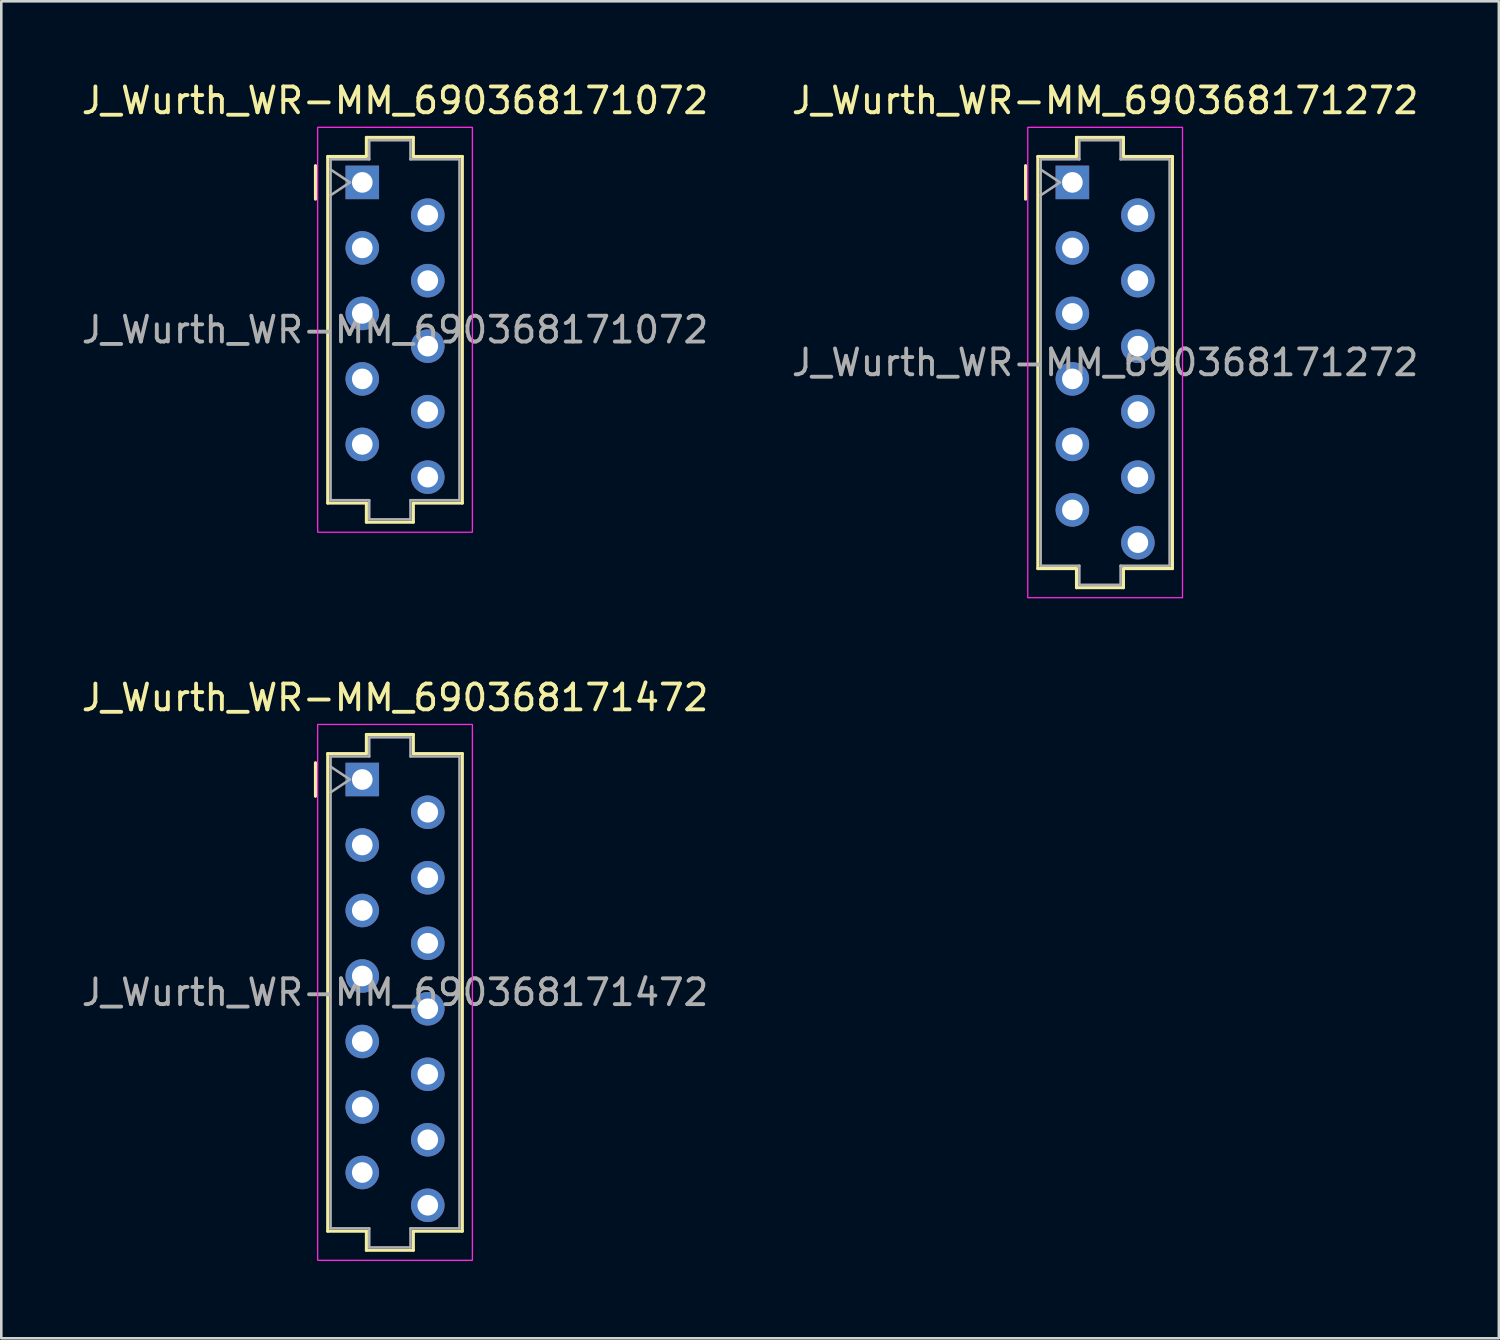
<source format=kicad_pcb>
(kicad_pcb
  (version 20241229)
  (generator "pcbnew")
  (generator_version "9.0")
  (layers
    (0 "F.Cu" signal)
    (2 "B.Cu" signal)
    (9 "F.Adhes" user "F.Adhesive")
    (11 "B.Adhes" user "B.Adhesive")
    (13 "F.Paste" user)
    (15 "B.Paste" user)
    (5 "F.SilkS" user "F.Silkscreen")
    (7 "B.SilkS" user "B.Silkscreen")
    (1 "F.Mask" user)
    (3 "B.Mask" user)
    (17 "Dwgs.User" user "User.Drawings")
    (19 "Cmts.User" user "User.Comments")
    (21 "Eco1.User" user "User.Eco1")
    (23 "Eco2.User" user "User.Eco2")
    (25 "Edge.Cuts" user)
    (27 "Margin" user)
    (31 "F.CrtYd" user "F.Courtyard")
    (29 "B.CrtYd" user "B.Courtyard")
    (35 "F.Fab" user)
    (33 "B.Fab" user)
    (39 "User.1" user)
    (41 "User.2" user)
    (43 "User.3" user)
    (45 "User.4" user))
  (footprint "J_Wurth_WR-MM_690368171272"
    (layer "F.Cu")
    (at 38.534 4.023)
    (property "Reference" "J_Wurth_WR-MM_690368171272" (at 1.27 -3.175 0) (unlocked yes) (layer "F.SilkS") (effects (font (size 1 1) (thickness 0.15))))
    (attr through_hole)
    (fp_line (start -1.815 0.65) (end -1.815 -0.65) (stroke (width 0.12) (type solid)) (layer "F.SilkS"))
    (fp_line (start -1.34 14.975) (end -1.34 -1.005) (stroke (width 0.12) (type solid)) (layer "F.SilkS"))
    (fp_line (start 0.16 -1.005) (end -1.34 -1.005) (stroke (width 0.12) (type solid)) (layer "F.SilkS"))
    (fp_line (start 0.16 -1.005) (end 0.16 -1.745) (stroke (width 0.12) (type solid)) (layer "F.SilkS"))
    (fp_line (start 0.16 14.975) (end -1.34 14.975) (stroke (width 0.12) (type solid)) (layer "F.SilkS"))
    (fp_line (start 0.16 14.975) (end 0.16 15.715) (stroke (width 0.12) (type solid)) (layer "F.SilkS"))
    (fp_line (start 1.98 -1.745) (end 0.16 -1.745) (stroke (width 0.12) (type solid)) (layer "F.SilkS"))
    (fp_line (start 1.98 -1.005) (end 1.98 -1.745) (stroke (width 0.12) (type solid)) (layer "F.SilkS"))
    (fp_line (start 1.98 14.975) (end 1.98 15.715) (stroke (width 0.12) (type solid)) (layer "F.SilkS"))
    (fp_line (start 1.98 15.715) (end 0.16 15.715) (stroke (width 0.12) (type solid)) (layer "F.SilkS"))
    (fp_line (start 3.88 -1.005) (end 1.98 -1.005) (stroke (width 0.12) (type solid)) (layer "F.SilkS"))
    (fp_line (start 3.88 14.975) (end 1.98 14.975) (stroke (width 0.12) (type solid)) (layer "F.SilkS"))
    (fp_line (start 3.88 14.975) (end 3.88 -1.005) (stroke (width 0.12) (type solid)) (layer "F.SilkS"))
    (fp_rect (start -1.73 -2.135) (end 4.27 16.105) (stroke (width 0.05) (type solid)) (fill no) (layer "F.CrtYd"))
    (fp_line (start -1.23 14.865) (end -1.23 -0.895) (stroke (width 0.1) (type solid)) (layer "F.Fab"))
    (fp_line (start -0.48 0) (end -1.23 -0.5) (stroke (width 0.1) (type solid)) (layer "F.Fab"))
    (fp_line (start -0.48 0) (end -1.23 0.5) (stroke (width 0.1) (type solid)) (layer "F.Fab"))
    (fp_line (start 0.27 -1.635) (end 1.87 -1.635) (stroke (width 0.1) (type solid)) (layer "F.Fab"))
    (fp_line (start 0.27 -0.895) (end -1.23 -0.895) (stroke (width 0.1) (type solid)) (layer "F.Fab"))
    (fp_line (start 0.27 -0.895) (end 0.27 -1.635) (stroke (width 0.1) (type solid)) (layer "F.Fab"))
    (fp_line (start 0.27 14.865) (end -1.23 14.865) (stroke (width 0.1) (type solid)) (layer "F.Fab"))
    (fp_line (start 0.27 14.865) (end 0.27 15.605) (stroke (width 0.1) (type solid)) (layer "F.Fab"))
    (fp_line (start 0.27 15.605) (end 1.87 15.605) (stroke (width 0.1) (type solid)) (layer "F.Fab"))
    (fp_line (start 1.87 -0.895) (end 1.87 -1.635) (stroke (width 0.1) (type solid)) (layer "F.Fab"))
    (fp_line (start 1.87 -0.895) (end 3.77 -0.895) (stroke (width 0.1) (type solid)) (layer "F.Fab"))
    (fp_line (start 1.87 14.865) (end 1.87 15.605) (stroke (width 0.1) (type solid)) (layer "F.Fab"))
    (fp_line (start 1.87 14.865) (end 3.77 14.865) (stroke (width 0.1) (type solid)) (layer "F.Fab"))
    (fp_line (start 3.77 14.865) (end 3.77 -0.895) (stroke (width 0.1) (type solid)) (layer "F.Fab"))
    (fp_text user "${REFERENCE}" (at 1.27 6.985 0) (unlocked yes) (layer "F.Fab") (effects (font (size 1 1) (thickness 0.15))))
    (pad "1" thru_hole rect (at 0 0 90) (size 1.3 1.3) (drill 0.8) (layers "*.Cu" "*.Mask"))
    (pad "2" thru_hole circle (at 2.54 1.27 90) (size 1.3 1.3) (drill 0.8) (layers "*.Cu" "*.Mask"))
    (pad "3" thru_hole circle (at 0 2.54 90) (size 1.3 1.3) (drill 0.8) (layers "*.Cu" "*.Mask"))
    (pad "4" thru_hole circle (at 2.54 3.81 90) (size 1.3 1.3) (drill 0.8) (layers "*.Cu" "*.Mask"))
    (pad "5" thru_hole circle (at 0 5.08 90) (size 1.3 1.3) (drill 0.8) (layers "*.Cu" "*.Mask"))
    (pad "6" thru_hole circle (at 2.54 6.35 90) (size 1.3 1.3) (drill 0.8) (layers "*.Cu" "*.Mask"))
    (pad "7" thru_hole circle (at 0 7.62 90) (size 1.3 1.3) (drill 0.8) (layers "*.Cu" "*.Mask"))
    (pad "8" thru_hole circle (at 2.54 8.89 90) (size 1.3 1.3) (drill 0.8) (layers "*.Cu" "*.Mask"))
    (pad "9" thru_hole circle (at 0 10.16 90) (size 1.3 1.3) (drill 0.8) (layers "*.Cu" "*.Mask"))
    (pad "10" thru_hole circle (at 2.54 11.43 90) (size 1.3 1.3) (drill 0.8) (layers "*.Cu" "*.Mask"))
    (pad "11" thru_hole circle (at 0 12.7 90) (size 1.3 1.3) (drill 0.8) (layers "*.Cu" "*.Mask"))
    (pad "12" thru_hole circle (at 2.54 13.97 90) (size 1.3 1.3) (drill 0.8) (layers "*.Cu" "*.Mask")))
  (footprint "J_Wurth_WR-MM_690368171072"
    (layer "F.Cu")
    (at 10.998 4.023)
    (property "Reference" "J_Wurth_WR-MM_690368171072" (at 1.27 -3.175 0) (unlocked yes) (layer "F.SilkS") (effects (font (size 1 1) (thickness 0.15))))
    (attr through_hole)
    (fp_line (start -1.815 0.65) (end -1.815 -0.65) (stroke (width 0.12) (type solid)) (layer "F.SilkS"))
    (fp_line (start -1.34 12.435) (end -1.34 -1.005) (stroke (width 0.12) (type solid)) (layer "F.SilkS"))
    (fp_line (start 0.16 -1.005) (end -1.34 -1.005) (stroke (width 0.12) (type solid)) (layer "F.SilkS"))
    (fp_line (start 0.16 -1.005) (end 0.16 -1.745) (stroke (width 0.12) (type solid)) (layer "F.SilkS"))
    (fp_line (start 0.16 12.435) (end -1.34 12.435) (stroke (width 0.12) (type solid)) (layer "F.SilkS"))
    (fp_line (start 0.16 12.435) (end 0.16 13.175) (stroke (width 0.12) (type solid)) (layer "F.SilkS"))
    (fp_line (start 1.98 -1.745) (end 0.16 -1.745) (stroke (width 0.12) (type solid)) (layer "F.SilkS"))
    (fp_line (start 1.98 -1.005) (end 1.98 -1.745) (stroke (width 0.12) (type solid)) (layer "F.SilkS"))
    (fp_line (start 1.98 12.435) (end 1.98 13.175) (stroke (width 0.12) (type solid)) (layer "F.SilkS"))
    (fp_line (start 1.98 13.175) (end 0.16 13.175) (stroke (width 0.12) (type solid)) (layer "F.SilkS"))
    (fp_line (start 3.88 -1.005) (end 1.98 -1.005) (stroke (width 0.12) (type solid)) (layer "F.SilkS"))
    (fp_line (start 3.88 12.435) (end 1.98 12.435) (stroke (width 0.12) (type solid)) (layer "F.SilkS"))
    (fp_line (start 3.88 12.435) (end 3.88 -1.005) (stroke (width 0.12) (type solid)) (layer "F.SilkS"))
    (fp_rect (start -1.73 -2.135) (end 4.27 13.565) (stroke (width 0.05) (type solid)) (fill no) (layer "F.CrtYd"))
    (fp_line (start -1.23 12.325) (end -1.23 -0.895) (stroke (width 0.1) (type solid)) (layer "F.Fab"))
    (fp_line (start -0.48 0) (end -1.23 -0.5) (stroke (width 0.1) (type solid)) (layer "F.Fab"))
    (fp_line (start -0.48 0) (end -1.23 0.5) (stroke (width 0.1) (type solid)) (layer "F.Fab"))
    (fp_line (start 0.27 -1.635) (end 1.87 -1.635) (stroke (width 0.1) (type solid)) (layer "F.Fab"))
    (fp_line (start 0.27 -0.895) (end -1.23 -0.895) (stroke (width 0.1) (type solid)) (layer "F.Fab"))
    (fp_line (start 0.27 -0.895) (end 0.27 -1.635) (stroke (width 0.1) (type solid)) (layer "F.Fab"))
    (fp_line (start 0.27 12.325) (end -1.23 12.325) (stroke (width 0.1) (type solid)) (layer "F.Fab"))
    (fp_line (start 0.27 12.325) (end 0.27 13.065) (stroke (width 0.1) (type solid)) (layer "F.Fab"))
    (fp_line (start 0.27 13.065) (end 1.87 13.065) (stroke (width 0.1) (type solid)) (layer "F.Fab"))
    (fp_line (start 1.87 -0.895) (end 1.87 -1.635) (stroke (width 0.1) (type solid)) (layer "F.Fab"))
    (fp_line (start 1.87 -0.895) (end 3.77 -0.895) (stroke (width 0.1) (type solid)) (layer "F.Fab"))
    (fp_line (start 1.87 12.325) (end 1.87 13.065) (stroke (width 0.1) (type solid)) (layer "F.Fab"))
    (fp_line (start 1.87 12.325) (end 3.77 12.325) (stroke (width 0.1) (type solid)) (layer "F.Fab"))
    (fp_line (start 3.77 12.325) (end 3.77 -0.895) (stroke (width 0.1) (type solid)) (layer "F.Fab"))
    (fp_text user "${REFERENCE}" (at 1.27 5.715 0) (unlocked yes) (layer "F.Fab") (effects (font (size 1 1) (thickness 0.15))))
    (pad "1" thru_hole rect (at 0 0 90) (size 1.3 1.3) (drill 0.8) (layers "*.Cu" "*.Mask"))
    (pad "2" thru_hole circle (at 2.54 1.27 90) (size 1.3 1.3) (drill 0.8) (layers "*.Cu" "*.Mask"))
    (pad "3" thru_hole circle (at 0 2.54 90) (size 1.3 1.3) (drill 0.8) (layers "*.Cu" "*.Mask"))
    (pad "4" thru_hole circle (at 2.54 3.81 90) (size 1.3 1.3) (drill 0.8) (layers "*.Cu" "*.Mask"))
    (pad "5" thru_hole circle (at 0 5.08 90) (size 1.3 1.3) (drill 0.8) (layers "*.Cu" "*.Mask"))
    (pad "6" thru_hole circle (at 2.54 6.35 90) (size 1.3 1.3) (drill 0.8) (layers "*.Cu" "*.Mask"))
    (pad "7" thru_hole circle (at 0 7.62 90) (size 1.3 1.3) (drill 0.8) (layers "*.Cu" "*.Mask"))
    (pad "8" thru_hole circle (at 2.54 8.89 90) (size 1.3 1.3) (drill 0.8) (layers "*.Cu" "*.Mask"))
    (pad "9" thru_hole circle (at 0 10.16 90) (size 1.3 1.3) (drill 0.8) (layers "*.Cu" "*.Mask"))
    (pad "10" thru_hole circle (at 2.54 11.43 90) (size 1.3 1.3) (drill 0.8) (layers "*.Cu" "*.Mask")))
  (footprint "J_Wurth_WR-MM_690368171472"
    (layer "F.Cu")
    (at 10.998 27.177)
    (property "Reference" "J_Wurth_WR-MM_690368171472" (at 1.27 -3.175 0) (unlocked yes) (layer "F.SilkS") (effects (font (size 1 1) (thickness 0.15))))
    (attr through_hole)
    (fp_line (start -1.815 0.65) (end -1.815 -0.65) (stroke (width 0.12) (type solid)) (layer "F.SilkS"))
    (fp_line (start -1.34 17.515) (end -1.34 -1.005) (stroke (width 0.12) (type solid)) (layer "F.SilkS"))
    (fp_line (start 0.16 -1.005) (end -1.34 -1.005) (stroke (width 0.12) (type solid)) (layer "F.SilkS"))
    (fp_line (start 0.16 -1.005) (end 0.16 -1.745) (stroke (width 0.12) (type solid)) (layer "F.SilkS"))
    (fp_line (start 0.16 17.515) (end -1.34 17.515) (stroke (width 0.12) (type solid)) (layer "F.SilkS"))
    (fp_line (start 0.16 17.515) (end 0.16 18.255) (stroke (width 0.12) (type solid)) (layer "F.SilkS"))
    (fp_line (start 1.98 -1.745) (end 0.16 -1.745) (stroke (width 0.12) (type solid)) (layer "F.SilkS"))
    (fp_line (start 1.98 -1.005) (end 1.98 -1.745) (stroke (width 0.12) (type solid)) (layer "F.SilkS"))
    (fp_line (start 1.98 17.515) (end 1.98 18.255) (stroke (width 0.12) (type solid)) (layer "F.SilkS"))
    (fp_line (start 1.98 18.255) (end 0.16 18.255) (stroke (width 0.12) (type solid)) (layer "F.SilkS"))
    (fp_line (start 3.88 -1.005) (end 1.98 -1.005) (stroke (width 0.12) (type solid)) (layer "F.SilkS"))
    (fp_line (start 3.88 17.515) (end 1.98 17.515) (stroke (width 0.12) (type solid)) (layer "F.SilkS"))
    (fp_line (start 3.88 17.515) (end 3.88 -1.005) (stroke (width 0.12) (type solid)) (layer "F.SilkS"))
    (fp_rect (start -1.73 -2.135) (end 4.27 18.645) (stroke (width 0.05) (type solid)) (fill no) (layer "F.CrtYd"))
    (fp_line (start -1.23 17.405) (end -1.23 -0.895) (stroke (width 0.1) (type solid)) (layer "F.Fab"))
    (fp_line (start -0.48 0) (end -1.23 -0.5) (stroke (width 0.1) (type solid)) (layer "F.Fab"))
    (fp_line (start -0.48 0) (end -1.23 0.5) (stroke (width 0.1) (type solid)) (layer "F.Fab"))
    (fp_line (start 0.27 -1.635) (end 1.87 -1.635) (stroke (width 0.1) (type solid)) (layer "F.Fab"))
    (fp_line (start 0.27 -0.895) (end -1.23 -0.895) (stroke (width 0.1) (type solid)) (layer "F.Fab"))
    (fp_line (start 0.27 -0.895) (end 0.27 -1.635) (stroke (width 0.1) (type solid)) (layer "F.Fab"))
    (fp_line (start 0.27 17.405) (end -1.23 17.405) (stroke (width 0.1) (type solid)) (layer "F.Fab"))
    (fp_line (start 0.27 17.405) (end 0.27 18.145) (stroke (width 0.1) (type solid)) (layer "F.Fab"))
    (fp_line (start 0.27 18.145) (end 1.87 18.145) (stroke (width 0.1) (type solid)) (layer "F.Fab"))
    (fp_line (start 1.87 -0.895) (end 1.87 -1.635) (stroke (width 0.1) (type solid)) (layer "F.Fab"))
    (fp_line (start 1.87 -0.895) (end 3.77 -0.895) (stroke (width 0.1) (type solid)) (layer "F.Fab"))
    (fp_line (start 1.87 17.405) (end 1.87 18.145) (stroke (width 0.1) (type solid)) (layer "F.Fab"))
    (fp_line (start 1.87 17.405) (end 3.77 17.405) (stroke (width 0.1) (type solid)) (layer "F.Fab"))
    (fp_line (start 3.77 17.405) (end 3.77 -0.895) (stroke (width 0.1) (type solid)) (layer "F.Fab"))
    (fp_text user "${REFERENCE}" (at 1.27 8.255 0) (unlocked yes) (layer "F.Fab") (effects (font (size 1 1) (thickness 0.15))))
    (pad "1" thru_hole rect (at 0 0 90) (size 1.3 1.3) (drill 0.8) (layers "*.Cu" "*.Mask"))
    (pad "2" thru_hole circle (at 2.54 1.27 90) (size 1.3 1.3) (drill 0.8) (layers "*.Cu" "*.Mask"))
    (pad "3" thru_hole circle (at 0 2.54 90) (size 1.3 1.3) (drill 0.8) (layers "*.Cu" "*.Mask"))
    (pad "4" thru_hole circle (at 2.54 3.81 90) (size 1.3 1.3) (drill 0.8) (layers "*.Cu" "*.Mask"))
    (pad "5" thru_hole circle (at 0 5.08 90) (size 1.3 1.3) (drill 0.8) (layers "*.Cu" "*.Mask"))
    (pad "6" thru_hole circle (at 2.54 6.35 90) (size 1.3 1.3) (drill 0.8) (layers "*.Cu" "*.Mask"))
    (pad "7" thru_hole circle (at 0 7.62 90) (size 1.3 1.3) (drill 0.8) (layers "*.Cu" "*.Mask"))
    (pad "8" thru_hole circle (at 2.54 8.89 90) (size 1.3 1.3) (drill 0.8) (layers "*.Cu" "*.Mask"))
    (pad "9" thru_hole circle (at 0 10.16 90) (size 1.3 1.3) (drill 0.8) (layers "*.Cu" "*.Mask"))
    (pad "10" thru_hole circle (at 2.54 11.43 90) (size 1.3 1.3) (drill 0.8) (layers "*.Cu" "*.Mask"))
    (pad "11" thru_hole circle (at 0 12.7 90) (size 1.3 1.3) (drill 0.8) (layers "*.Cu" "*.Mask"))
    (pad "12" thru_hole circle (at 2.54 13.97 90) (size 1.3 1.3) (drill 0.8) (layers "*.Cu" "*.Mask"))
    (pad "13" thru_hole circle (at 0 15.24 90) (size 1.3 1.3) (drill 0.8) (layers "*.Cu" "*.Mask"))
    (pad "14" thru_hole circle (at 2.54 16.51 90) (size 1.3 1.3) (drill 0.8) (layers "*.Cu" "*.Mask")))
  (gr_rect
    (start -3 -3)
    (end 55.071 48.846)
    (stroke (width 0.1) (type default))
    (fill no)
    (layer "Edge.Cuts")))
</source>
